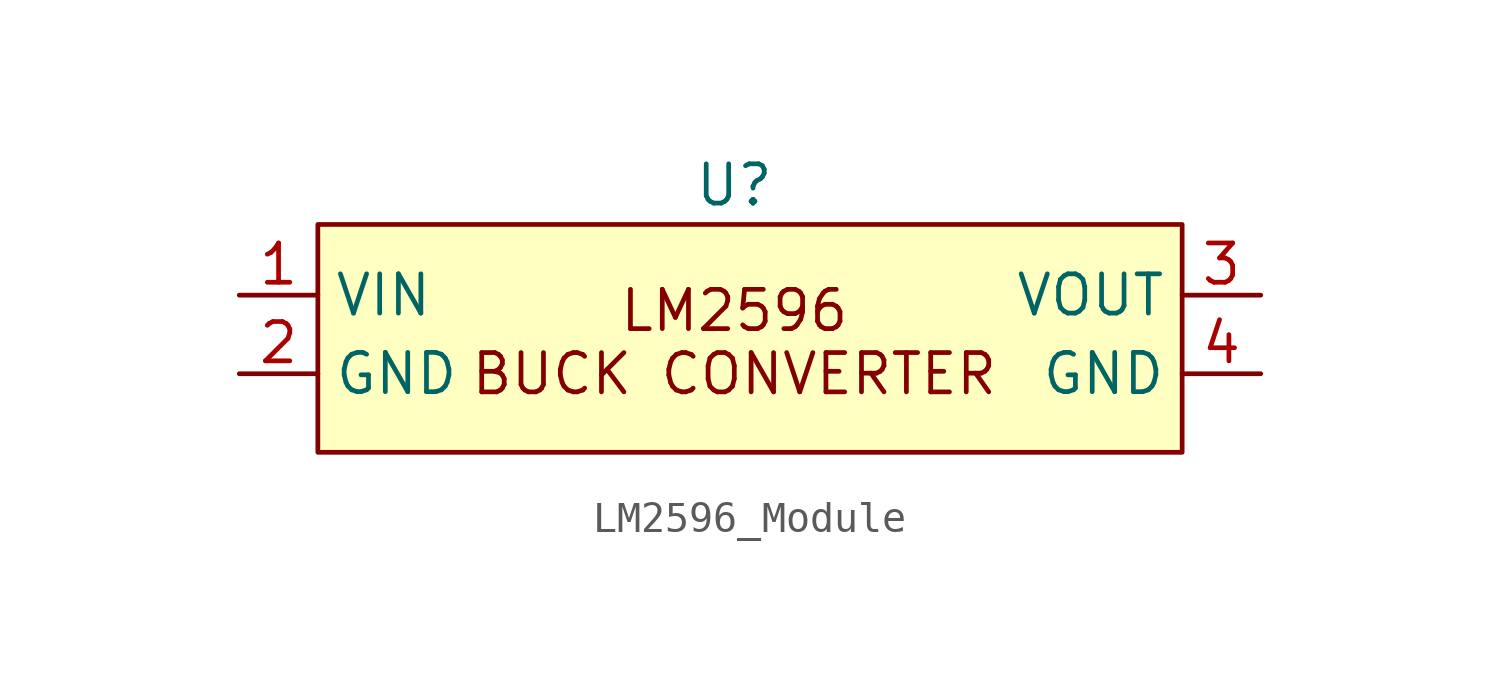
<source format=kicad_sym>
(kicad_symbol_lib
  (version 20231120)
  (generator "kicad_symbol_editor")
  (generator_version "8.0")
  (symbol "LM2596_Module"
    (property "Reference" "U"
      (at 13.462 8.636 0)
      (effects (font (size 1.27 1.27))))
    (property "Value" ""
      (at 0 0 0)
      (effects (font (size 1.27 1.27))))
    (symbol "LM2596_Module_1_1"
      (rectangle (start 0 7.366) (end 27.94 0) (stroke (width 0) (type default)) (fill (type background)))
      (text "LM2596\nBUCK CONVERTER" (at 13.462 3.556 0) (effects (font (size 1.27 1.27))))
      (pin power_in line (at -2.54 5.08 0) (length 2.54) (name "VIN" (effects (font (size 1.27 1.27)))) (number "1" (effects (font (size 1.27 1.27)))))
      (pin power_in line (at -2.54 2.54 0) (length 2.54) (name "GND" (effects (font (size 1.27 1.27)))) (number "2" (effects (font (size 1.27 1.27)))))
      (pin power_out line (at 30.48 5.08 180) (length 2.54) (name "VOUT" (effects (font (size 1.27 1.27)))) (number "3" (effects (font (size 1.27 1.27)))))
      (pin power_out line (at 30.48 2.54 180) (length 2.54) (name "GND" (effects (font (size 1.27 1.27)))) (number "4" (effects (font (size 1.27 1.27))))))))
</source>
